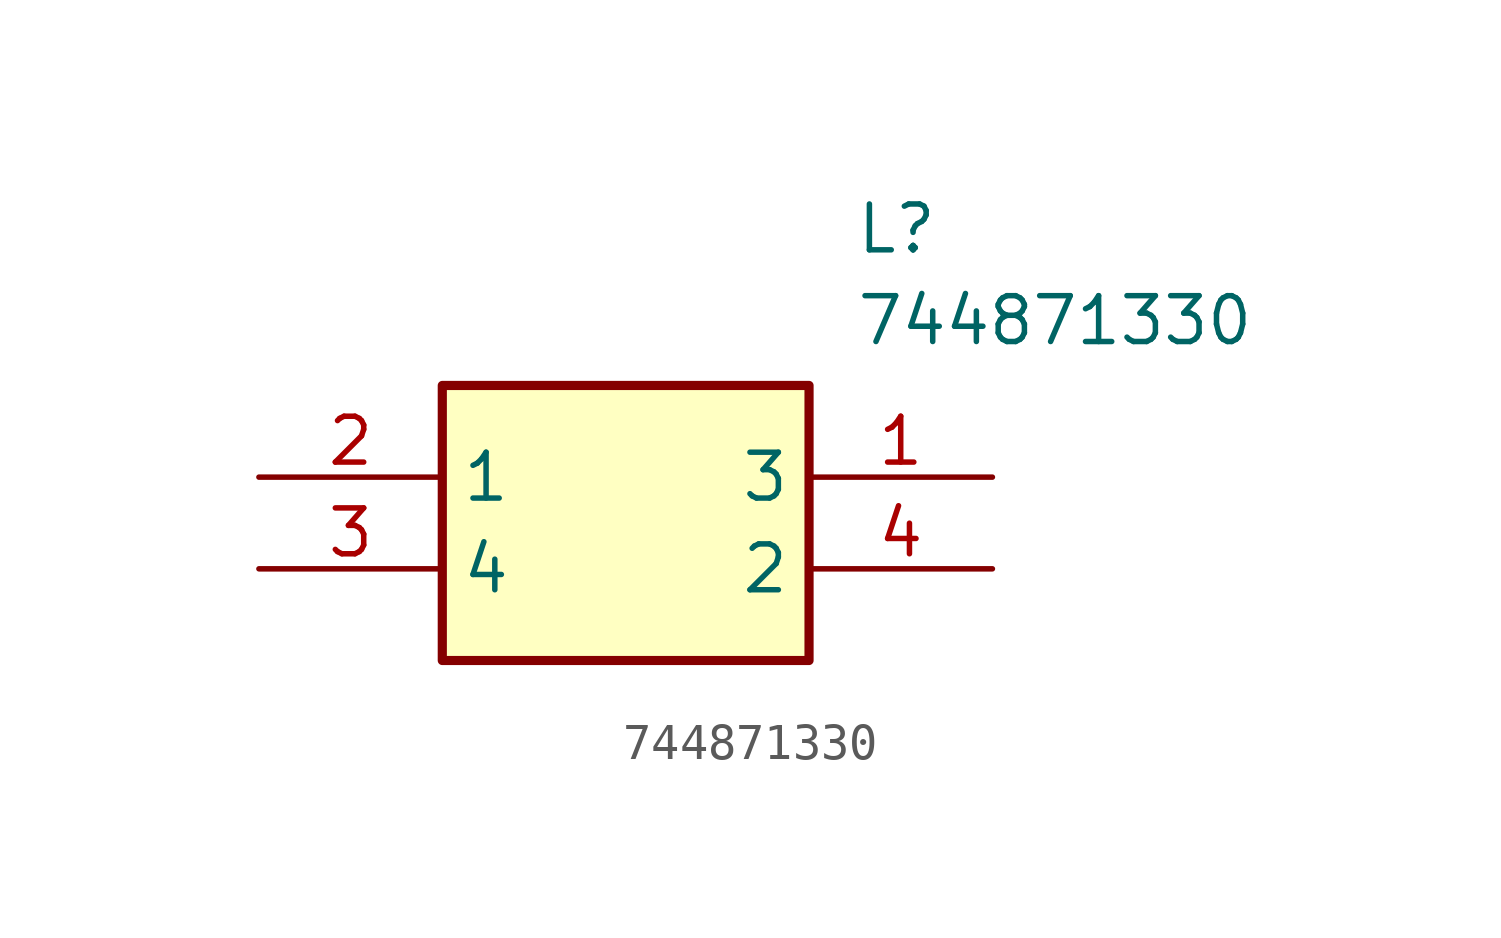
<source format=kicad_sym>
(kicad_symbol_lib
  (version 20211014)
  (generator SamacSys_ECAD_Model)
  (symbol "744871330"
    (property "Reference" "L"
      (at 16.51 7.62 0)
      (effects (font (size 1.27 1.27)) (justify left top)))
    (property "Value" "744871330"
      (at 16.51 5.08 0)
      (effects (font (size 1.27 1.27)) (justify left top)))
    (rectangle
      (start 5.08 2.54)
      (end 15.24 -5.08)
      (stroke (width 0.254) (type default))
      (fill (type background)))
    (pin passive line
      (at 20.32 0 180)
      (length 5.08)
      (name "3" (effects (font (size 1.27 1.27))))
      (number "1" (effects (font (size 1.27 1.27)))))
    (pin passive line
      (at 0 0 0)
      (length 5.08)
      (name "1" (effects (font (size 1.27 1.27))))
      (number "2" (effects (font (size 1.27 1.27)))))
    (pin passive line
      (at 0 -2.54 0)
      (length 5.08)
      (name "4" (effects (font (size 1.27 1.27))))
      (number "3" (effects (font (size 1.27 1.27)))))
    (pin passive line
      (at 20.32 -2.54 180)
      (length 5.08)
      (name "2" (effects (font (size 1.27 1.27))))
      (number "4" (effects (font (size 1.27 1.27)))))))
</source>
